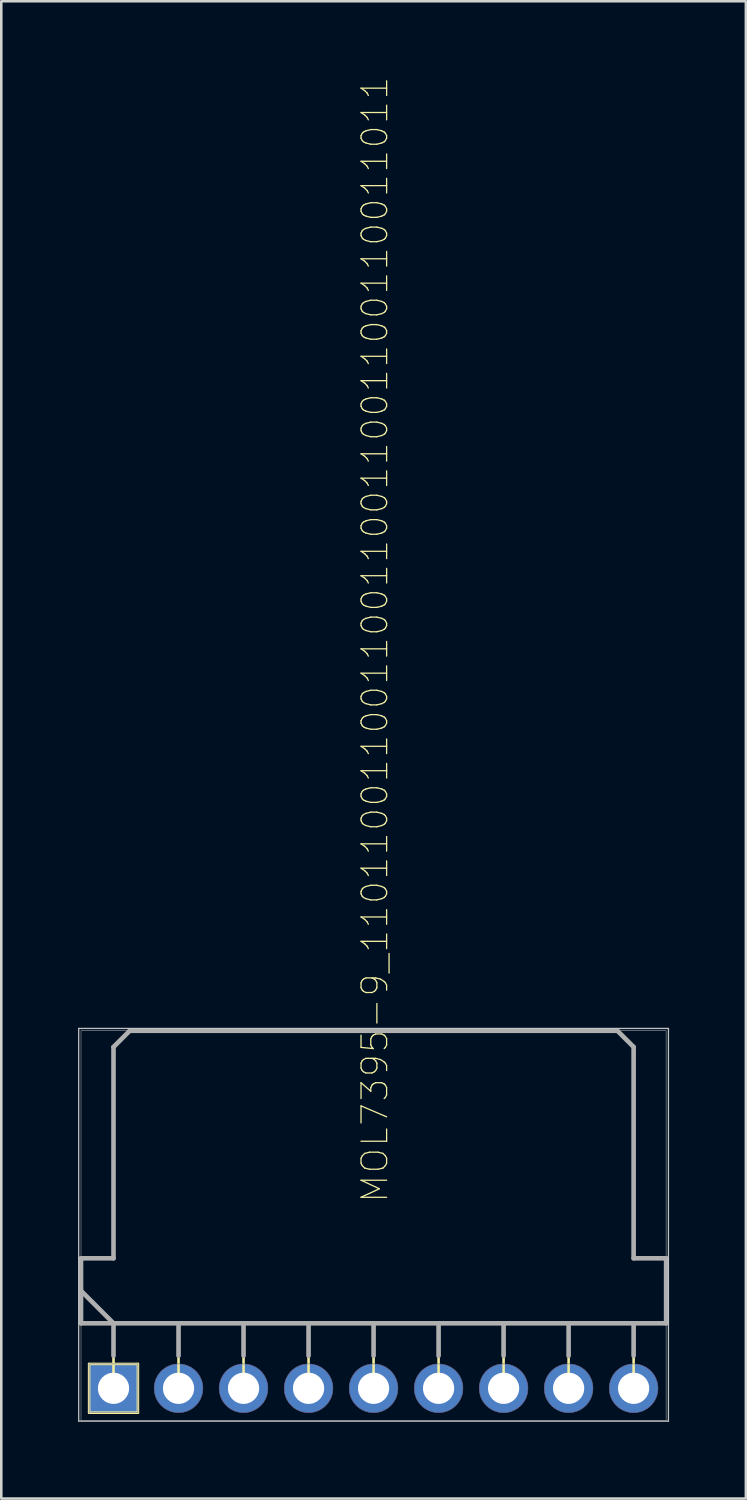
<source format=kicad_pcb>
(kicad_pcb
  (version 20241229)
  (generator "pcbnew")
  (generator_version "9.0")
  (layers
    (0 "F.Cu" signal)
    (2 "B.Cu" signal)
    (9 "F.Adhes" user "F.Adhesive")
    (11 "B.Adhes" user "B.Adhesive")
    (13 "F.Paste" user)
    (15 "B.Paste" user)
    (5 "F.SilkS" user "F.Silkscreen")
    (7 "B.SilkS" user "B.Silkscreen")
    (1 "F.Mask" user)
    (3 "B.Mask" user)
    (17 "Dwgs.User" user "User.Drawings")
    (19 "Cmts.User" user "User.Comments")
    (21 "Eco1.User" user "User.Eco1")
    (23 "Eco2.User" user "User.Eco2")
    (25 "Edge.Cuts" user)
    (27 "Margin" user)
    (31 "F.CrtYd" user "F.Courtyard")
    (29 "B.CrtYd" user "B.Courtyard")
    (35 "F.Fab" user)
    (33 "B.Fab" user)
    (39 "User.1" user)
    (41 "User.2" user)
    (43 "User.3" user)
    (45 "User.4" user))
  (footprint "MOL7395-9_110110011001100110011001100110011011"
    (placed yes)
    (layer "F.Cu")
    (at 1.385 51.19)
    (property "Reference" "MOL7395-9_110110011001100110011001100110011011" (at 10.795 -7.192 270) (layer "F.SilkS") (effects (font (size 1 1) (thickness 0.05)) (justify left bottom)))
    (attr through_hole)
    (fp_line (start -1.27 -5.08) (end -1.27 -2.54) (stroke (width 0.1) (type solid)) (layer "F.SilkS"))
    (fp_line (start -1.27 -2.54) (end 21.59 -2.54) (stroke (width 0.1) (type solid)) (layer "F.SilkS"))
    (fp_line (start -0.953 -0.953) (end -0.953 0.953) (stroke (width 0.1) (type solid)) (layer "F.SilkS"))
    (fp_line (start -0.953 0.953) (end 0.953 0.953) (stroke (width 0.1) (type solid)) (layer "F.SilkS"))
    (fp_line (start 0 -13.335) (end 0 -5.08) (stroke (width 0.1) (type solid)) (layer "F.SilkS"))
    (fp_line (start 0 -5.08) (end -1.27 -5.08) (stroke (width 0.1) (type solid)) (layer "F.SilkS"))
    (fp_line (start 0 -2.54) (end -1.25 -3.79) (stroke (width 0.1) (type solid)) (layer "F.SilkS"))
    (fp_line (start 0 0) (end 0 -2.54) (stroke (width 0.1) (type solid)) (layer "F.SilkS"))
    (fp_line (start 0.635 -13.97) (end 0 -13.335) (stroke (width 0.1) (type solid)) (layer "F.SilkS"))
    (fp_line (start 0.953 -0.953) (end -0.953 -0.953) (stroke (width 0.1) (type solid)) (layer "F.SilkS"))
    (fp_line (start 0.953 0.953) (end 0.953 -0.953) (stroke (width 0.1) (type solid)) (layer "F.SilkS"))
    (fp_line (start 2.54 0) (end 2.54 -2.54) (stroke (width 0.1) (type solid)) (layer "F.SilkS"))
    (fp_line (start 5.08 0) (end 5.08 -2.54) (stroke (width 0.1) (type solid)) (layer "F.SilkS"))
    (fp_line (start 7.62 0) (end 7.62 -2.54) (stroke (width 0.1) (type solid)) (layer "F.SilkS"))
    (fp_line (start 10.16 0) (end 10.16 -2.54) (stroke (width 0.1) (type solid)) (layer "F.SilkS"))
    (fp_line (start 12.7 0) (end 12.7 -2.54) (stroke (width 0.1) (type solid)) (layer "F.SilkS"))
    (fp_line (start 15.24 0) (end 15.24 -2.54) (stroke (width 0.1) (type solid)) (layer "F.SilkS"))
    (fp_line (start 17.78 0) (end 17.78 -2.54) (stroke (width 0.1) (type solid)) (layer "F.SilkS"))
    (fp_line (start 19.685 -13.97) (end 0.635 -13.97) (stroke (width 0.1) (type solid)) (layer "F.SilkS"))
    (fp_line (start 20.32 -13.335) (end 19.685 -13.97) (stroke (width 0.1) (type solid)) (layer "F.SilkS"))
    (fp_line (start 20.32 -5.08) (end 20.32 -13.335) (stroke (width 0.1) (type solid)) (layer "F.SilkS"))
    (fp_line (start 20.32 0) (end 20.32 -2.54) (stroke (width 0.1) (type solid)) (layer "F.SilkS"))
    (fp_line (start 21.59 -5.08) (end 20.32 -5.08) (stroke (width 0.1) (type solid)) (layer "F.SilkS"))
    (fp_line (start 21.59 -2.54) (end 21.59 -5.08) (stroke (width 0.1) (type solid)) (layer "F.SilkS"))
    (fp_line (start -1.36 -14.06) (end 21.68 -14.06) (stroke (width 0.05) (type solid)) (layer "Dwgs.User"))
    (fp_line (start -1.36 1.283) (end -1.36 -14.06) (stroke (width 0.05) (type solid)) (layer "Dwgs.User"))
    (fp_line (start 21.68 -14.06) (end 21.68 1.283) (stroke (width 0.05) (type solid)) (layer "Dwgs.User"))
    (fp_line (start 21.68 1.283) (end -1.36 1.283) (stroke (width 0.05) (type solid)) (layer "Dwgs.User"))
    (fp_arc (start 3.4925 0) (mid 1.5875 0) (end 3.4925 0) (stroke (width 0.02) (type solid)) (layer "B.Fab"))
    (fp_arc (start 6.0325 0) (mid 4.1275 0) (end 6.0325 0) (stroke (width 0.02) (type solid)) (layer "B.Fab"))
    (fp_arc (start 8.5725 0) (mid 6.6675 0) (end 8.5725 0) (stroke (width 0.02) (type solid)) (layer "B.Fab"))
    (fp_arc (start 11.1125 0) (mid 9.2075 0) (end 11.1125 0) (stroke (width 0.02) (type solid)) (layer "B.Fab"))
    (fp_arc (start 13.6525 0) (mid 11.7475 0) (end 13.6525 0) (stroke (width 0.02) (type solid)) (layer "B.Fab"))
    (fp_arc (start 16.1925 0) (mid 14.2875 0) (end 16.1925 0) (stroke (width 0.02) (type solid)) (layer "B.Fab"))
    (fp_arc (start 18.7325 0) (mid 16.8275 0) (end 18.7325 0) (stroke (width 0.02) (type solid)) (layer "B.Fab"))
    (fp_arc (start 21.2725 0) (mid 19.3675 0) (end 21.2725 0) (stroke (width 0.02) (type solid)) (layer "B.Fab"))
    (fp_poly (pts (xy 0.953 -0.953) (xy 0.953 0.953) (xy -0.953 0.953) (xy -0.953 -0.953)) (stroke (width 0.02) (type solid)) (fill no) (layer "B.Fab"))
    (fp_line (start -1.27 -5.08) (end -1.27 -2.54) (stroke (width 0.18) (type solid)) (layer "F.Fab"))
    (fp_line (start -1.27 -2.54) (end 21.59 -2.54) (stroke (width 0.18) (type solid)) (layer "F.Fab"))
    (fp_line (start 0 -13.335) (end 0 -5.08) (stroke (width 0.18) (type solid)) (layer "F.Fab"))
    (fp_line (start 0 -5.08) (end -1.27 -5.08) (stroke (width 0.18) (type solid)) (layer "F.Fab"))
    (fp_line (start 0 -2.54) (end -1.25 -3.79) (stroke (width 0.18) (type solid)) (layer "F.Fab"))
    (fp_line (start 0 -1.27) (end 0 -2.54) (stroke (width 0.18) (type solid)) (layer "F.Fab"))
    (fp_line (start 0.635 -13.97) (end 0 -13.335) (stroke (width 0.18) (type solid)) (layer "F.Fab"))
    (fp_line (start 2.54 -1.27) (end 2.54 -2.54) (stroke (width 0.18) (type solid)) (layer "F.Fab"))
    (fp_line (start 5.08 -1.27) (end 5.08 -2.54) (stroke (width 0.18) (type solid)) (layer "F.Fab"))
    (fp_line (start 7.62 -1.27) (end 7.62 -2.54) (stroke (width 0.18) (type solid)) (layer "F.Fab"))
    (fp_line (start 10.16 -1.27) (end 10.16 -2.54) (stroke (width 0.18) (type solid)) (layer "F.Fab"))
    (fp_line (start 12.7 -1.27) (end 12.7 -2.54) (stroke (width 0.18) (type solid)) (layer "F.Fab"))
    (fp_line (start 15.24 -1.27) (end 15.24 -2.54) (stroke (width 0.18) (type solid)) (layer "F.Fab"))
    (fp_line (start 17.78 -1.27) (end 17.78 -2.54) (stroke (width 0.18) (type solid)) (layer "F.Fab"))
    (fp_line (start 19.685 -13.97) (end 0.635 -13.97) (stroke (width 0.18) (type solid)) (layer "F.Fab"))
    (fp_line (start 20.32 -13.335) (end 19.685 -13.97) (stroke (width 0.18) (type solid)) (layer "F.Fab"))
    (fp_line (start 20.32 -5.08) (end 20.32 -13.335) (stroke (width 0.18) (type solid)) (layer "F.Fab"))
    (fp_line (start 20.32 -1.27) (end 20.32 -2.54) (stroke (width 0.18) (type solid)) (layer "F.Fab"))
    (fp_line (start 21.59 -5.08) (end 20.32 -5.08) (stroke (width 0.18) (type solid)) (layer "F.Fab"))
    (fp_line (start 21.59 -2.54) (end 21.59 -5.08) (stroke (width 0.18) (type solid)) (layer "F.Fab"))
    (fp_poly (pts (xy -1.27 -13.97) (xy 21.59 -13.97) (xy 21.59 1.27) (xy -1.27 1.27) (xy -1.27 -13.97)) (stroke (width 0.02) (type solid)) (fill no) (layer "F.Fab"))
    (pad "1" thru_hole rect (at 0 0) (size 1.905 1.905) (drill 1.219) (layers "*.Cu" "*.Mask"))
    (pad "2" thru_hole circle (at 2.54 0) (size 1.905 1.905) (drill 1.219) (layers "*.Cu" "*.Mask"))
    (pad "3" thru_hole circle (at 5.08 0) (size 1.905 1.905) (drill 1.219) (layers "*.Cu" "*.Mask"))
    (pad "4" thru_hole circle (at 7.62 0) (size 1.905 1.905) (drill 1.219) (layers "*.Cu" "*.Mask"))
    (pad "5" thru_hole circle (at 10.16 0) (size 1.905 1.905) (drill 1.219) (layers "*.Cu" "*.Mask"))
    (pad "6" thru_hole circle (at 12.7 0) (size 1.905 1.905) (drill 1.219) (layers "*.Cu" "*.Mask"))
    (pad "7" thru_hole circle (at 15.24 0) (size 1.905 1.905) (drill 1.219) (layers "*.Cu" "*.Mask"))
    (pad "8" thru_hole circle (at 17.78 0) (size 1.905 1.905) (drill 1.219) (layers "*.Cu" "*.Mask"))
    (pad "9" thru_hole circle (at 20.32 0) (size 1.905 1.905) (drill 1.219) (layers "*.Cu" "*.Mask")))
  (gr_rect
    (start -3 -3)
    (end 26.09 55.498)
    (stroke (width 0.1) (type default))
    (fill no)
    (layer "Edge.Cuts")))
</source>
